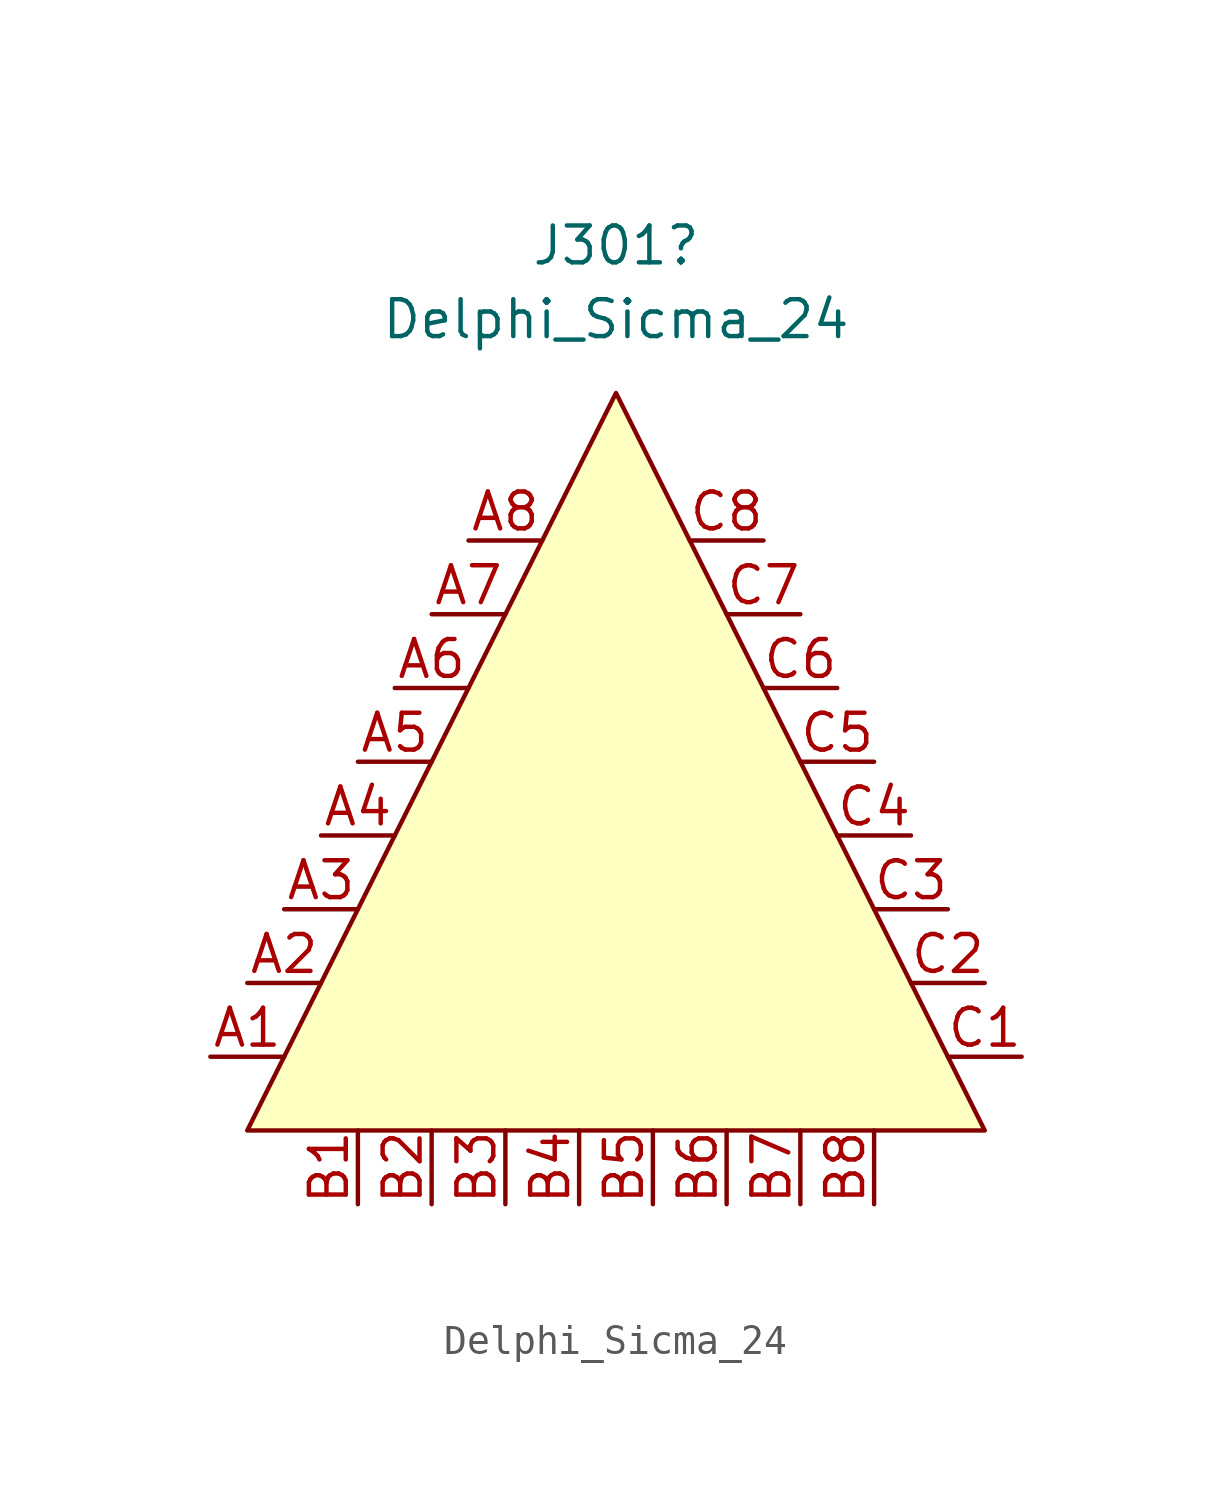
<source format=kicad_sym>
(kicad_symbol_lib
  (version 20231120)
  (generator "kicad_symbol_editor")
  (generator_version "8.0")
  (symbol "Delphi_Sicma_24"
    (pin_names
      (offset 1.016))
    (property "Reference" "J301"
      (at 0 17.78 0)
      (effects (font (size 1.27 1.27))))
    (property "Value" "Delphi_Sicma_24"
      (at 0 15.24 0)
      (effects (font (size 1.27 1.27))))
    (symbol "Delphi_Sicma_24_1_1"
      (polyline (pts (xy -12.7 -12.7) (xy 0 12.7) (xy 12.7 -12.7) (xy -12.7 -12.7)) (stroke (width 0) (type default)) (fill (type background)))
      (pin passive line (at -13.97 -10.16 0) (length 2.54) (name "~" (effects (font (size 1.27 1.27)))) (number "A1" (effects (font (size 1.27 1.27)))))
      (pin passive line (at -12.7 -7.62 0) (length 2.54) (name "~" (effects (font (size 1.27 1.27)))) (number "A2" (effects (font (size 1.27 1.27)))))
      (pin passive line (at -11.43 -5.08 0) (length 2.54) (name "~" (effects (font (size 1.27 1.27)))) (number "A3" (effects (font (size 1.27 1.27)))))
      (pin passive line (at -10.16 -2.54 0) (length 2.54) (name "~" (effects (font (size 1.27 1.27)))) (number "A4" (effects (font (size 1.27 1.27)))))
      (pin passive line (at -8.89 0 0) (length 2.54) (name "~" (effects (font (size 1.27 1.27)))) (number "A5" (effects (font (size 1.27 1.27)))))
      (pin passive line (at -7.62 2.54 0) (length 2.54) (name "~" (effects (font (size 1.27 1.27)))) (number "A6" (effects (font (size 1.27 1.27)))))
      (pin passive line (at -6.35 5.08 0) (length 2.54) (name "~" (effects (font (size 1.27 1.27)))) (number "A7" (effects (font (size 1.27 1.27)))))
      (pin passive line (at -5.08 7.62 0) (length 2.54) (name "~" (effects (font (size 1.27 1.27)))) (number "A8" (effects (font (size 1.27 1.27)))))
      (pin passive line (at -8.89 -15.24 90) (length 2.54) (name "~" (effects (font (size 1.27 1.27)))) (number "B1" (effects (font (size 1.27 1.27)))))
      (pin passive line (at -6.35 -15.24 90) (length 2.54) (name "~" (effects (font (size 1.27 1.27)))) (number "B2" (effects (font (size 1.27 1.27)))))
      (pin passive line (at -3.81 -15.24 90) (length 2.54) (name "~" (effects (font (size 1.27 1.27)))) (number "B3" (effects (font (size 1.27 1.27)))))
      (pin passive line (at -1.27 -15.24 90) (length 2.54) (name "~" (effects (font (size 1.27 1.27)))) (number "B4" (effects (font (size 1.27 1.27)))))
      (pin passive line (at 1.27 -15.24 90) (length 2.54) (name "~" (effects (font (size 1.27 1.27)))) (number "B5" (effects (font (size 1.27 1.27)))))
      (pin passive line (at 3.81 -15.24 90) (length 2.54) (name "~" (effects (font (size 1.27 1.27)))) (number "B6" (effects (font (size 1.27 1.27)))))
      (pin passive line (at 6.35 -15.24 90) (length 2.54) (name "~" (effects (font (size 1.27 1.27)))) (number "B7" (effects (font (size 1.27 1.27)))))
      (pin passive line (at 8.89 -15.24 90) (length 2.54) (name "~" (effects (font (size 1.27 1.27)))) (number "B8" (effects (font (size 1.27 1.27)))))
      (pin passive line (at 13.97 -10.16 180) (length 2.54) (name "~" (effects (font (size 1.27 1.27)))) (number "C1" (effects (font (size 1.27 1.27)))))
      (pin passive line (at 12.7 -7.62 180) (length 2.54) (name "~" (effects (font (size 1.27 1.27)))) (number "C2" (effects (font (size 1.27 1.27)))))
      (pin passive line (at 11.43 -5.08 180) (length 2.54) (name "~" (effects (font (size 1.27 1.27)))) (number "C3" (effects (font (size 1.27 1.27)))))
      (pin passive line (at 10.16 -2.54 180) (length 2.54) (name "~" (effects (font (size 1.27 1.27)))) (number "C4" (effects (font (size 1.27 1.27)))))
      (pin passive line (at 8.89 0 180) (length 2.54) (name "~" (effects (font (size 1.27 1.27)))) (number "C5" (effects (font (size 1.27 1.27)))))
      (pin passive line (at 7.62 2.54 180) (length 2.54) (name "~" (effects (font (size 1.27 1.27)))) (number "C6" (effects (font (size 1.27 1.27)))))
      (pin passive line (at 6.35 5.08 180) (length 2.54) (name "~" (effects (font (size 1.27 1.27)))) (number "C7" (effects (font (size 1.27 1.27)))))
      (pin passive line (at 5.08 7.62 180) (length 2.54) (name "~" (effects (font (size 1.27 1.27)))) (number "C8" (effects (font (size 1.27 1.27))))))))
</source>
